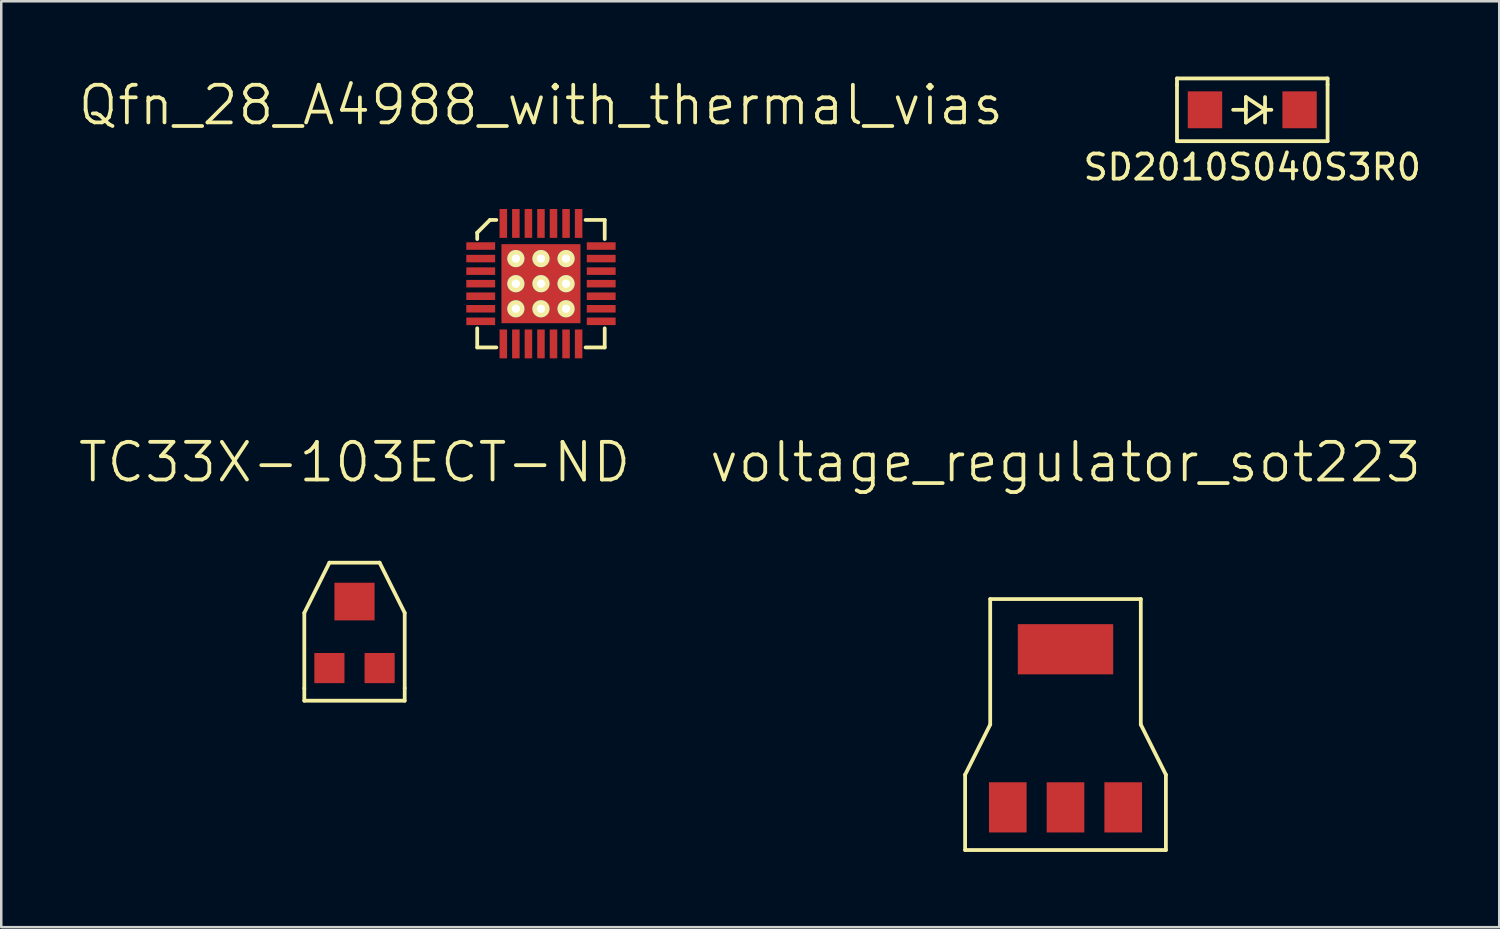
<source format=kicad_pcb>
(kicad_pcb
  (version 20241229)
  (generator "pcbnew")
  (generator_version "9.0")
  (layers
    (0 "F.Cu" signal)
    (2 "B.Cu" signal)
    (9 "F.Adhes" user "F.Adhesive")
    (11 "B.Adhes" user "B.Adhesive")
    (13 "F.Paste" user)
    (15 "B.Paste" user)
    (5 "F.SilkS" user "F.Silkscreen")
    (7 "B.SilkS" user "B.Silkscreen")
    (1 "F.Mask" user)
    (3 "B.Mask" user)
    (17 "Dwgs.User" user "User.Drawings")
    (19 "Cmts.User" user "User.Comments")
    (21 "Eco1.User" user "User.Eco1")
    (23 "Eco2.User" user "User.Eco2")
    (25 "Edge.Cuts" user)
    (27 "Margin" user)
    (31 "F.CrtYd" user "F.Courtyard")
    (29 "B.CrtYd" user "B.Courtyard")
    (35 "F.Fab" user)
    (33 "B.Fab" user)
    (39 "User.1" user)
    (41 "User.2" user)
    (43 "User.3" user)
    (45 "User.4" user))
  (footprint "Qfn_28_A4988_with_thermal_vias"
    (layer "F.Cu")
    (at 18.504 8.253)
    (property "Reference" "Qfn_28_A4988_with_thermal_vias" (at 0 -7.112 0) (layer "F.SilkS") (effects (font (size 1.5 1.5) (thickness 0.15))))
    (attr through_hole)
    (fp_line (start -2.54 -2.032) (end -2.54 -1.778) (stroke (width 0.15) (type solid)) (layer "F.SilkS"))
    (fp_line (start -2.54 1.778) (end -2.54 2.54) (stroke (width 0.15) (type solid)) (layer "F.SilkS"))
    (fp_line (start -2.54 2.54) (end -1.778 2.54) (stroke (width 0.15) (type solid)) (layer "F.SilkS"))
    (fp_line (start -2.032 -2.54) (end -2.54 -2.032) (stroke (width 0.15) (type solid)) (layer "F.SilkS"))
    (fp_line (start -2.032 -2.54) (end -1.778 -2.54) (stroke (width 0.15) (type solid)) (layer "F.SilkS"))
    (fp_line (start 1.778 2.54) (end 2.54 2.54) (stroke (width 0.15) (type solid)) (layer "F.SilkS"))
    (fp_line (start 2.54 -2.54) (end 1.778 -2.54) (stroke (width 0.15) (type solid)) (layer "F.SilkS"))
    (fp_line (start 2.54 -1.778) (end 2.54 -2.54) (stroke (width 0.15) (type solid)) (layer "F.SilkS"))
    (fp_line (start 2.54 2.54) (end 2.54 1.778) (stroke (width 0.15) (type solid)) (layer "F.SilkS"))
    (pad "1" smd rect (at -2.4 -1.5) (size 1.15 0.3) (layers "F.Cu" "F.Mask" "F.Paste"))
    (pad "2" smd rect (at -2.4 -1) (size 1.15 0.3) (layers "F.Cu" "F.Mask" "F.Paste"))
    (pad "3" smd rect (at -2.4 -0.5) (size 1.15 0.3) (layers "F.Cu" "F.Mask" "F.Paste"))
    (pad "4" smd rect (at -2.4 0) (size 1.15 0.3) (layers "F.Cu" "F.Mask" "F.Paste"))
    (pad "5" smd rect (at -2.4 0.5) (size 1.15 0.3) (layers "F.Cu" "F.Mask" "F.Paste"))
    (pad "6" smd rect (at -2.4 1) (size 1.15 0.3) (layers "F.Cu" "F.Mask" "F.Paste"))
    (pad "7" smd rect (at -2.4 1.5) (size 1.15 0.3) (layers "F.Cu" "F.Mask" "F.Paste"))
    (pad "8" smd rect (at -1.5 2.4) (size 0.3 1.15) (layers "F.Cu" "F.Mask" "F.Paste"))
    (pad "9" smd rect (at -1 2.4) (size 0.3 1.15) (layers "F.Cu" "F.Mask" "F.Paste"))
    (pad "10" smd rect (at -0.5 2.4) (size 0.3 1.15) (layers "F.Cu" "F.Mask" "F.Paste"))
    (pad "11" smd rect (at 0 2.4) (size 0.3 1.15) (layers "F.Cu" "F.Mask" "F.Paste"))
    (pad "12" smd rect (at 0.5 2.4) (size 0.3 1.15) (layers "F.Cu" "F.Mask" "F.Paste"))
    (pad "13" smd rect (at 1 2.4) (size 0.3 1.15) (layers "F.Cu" "F.Mask" "F.Paste"))
    (pad "14" smd rect (at 1.5 2.4) (size 0.3 1.15) (layers "F.Cu" "F.Mask" "F.Paste"))
    (pad "15" smd rect (at 2.4 1.5) (size 1.15 0.3) (layers "F.Cu" "F.Mask" "F.Paste"))
    (pad "16" smd rect (at 2.4 1) (size 1.15 0.3) (layers "F.Cu" "F.Mask" "F.Paste"))
    (pad "17" smd rect (at 2.4 0.5) (size 1.15 0.3) (layers "F.Cu" "F.Mask" "F.Paste"))
    (pad "18" smd rect (at 2.4 0) (size 1.15 0.3) (layers "F.Cu" "F.Mask" "F.Paste"))
    (pad "19" smd rect (at 2.4 -0.5) (size 1.15 0.3) (layers "F.Cu" "F.Mask" "F.Paste"))
    (pad "20" smd rect (at 2.4 -1) (size 1.15 0.3) (layers "F.Cu" "F.Mask" "F.Paste"))
    (pad "21" smd rect (at 2.4 -1.5) (size 1.15 0.3) (layers "F.Cu" "F.Mask" "F.Paste"))
    (pad "22" smd rect (at 1.5 -2.4) (size 0.3 1.15) (layers "F.Cu" "F.Mask" "F.Paste"))
    (pad "23" smd rect (at 1 -2.4) (size 0.3 1.15) (layers "F.Cu" "F.Mask" "F.Paste"))
    (pad "24" smd rect (at 0.5 -2.4) (size 0.3 1.15) (layers "F.Cu" "F.Mask" "F.Paste"))
    (pad "25" smd rect (at 0 -2.4) (size 0.3 1.15) (layers "F.Cu" "F.Mask" "F.Paste"))
    (pad "26" smd rect (at -0.5 -2.4) (size 0.3 1.15) (layers "F.Cu" "F.Mask" "F.Paste"))
    (pad "27" smd rect (at -1 -2.4) (size 0.3 1.15) (layers "F.Cu" "F.Mask" "F.Paste"))
    (pad "28" smd rect (at -1.5 -2.4) (size 0.3 1.15) (layers "F.Cu" "F.Mask" "F.Paste"))
    (pad "29" thru_hole circle (at -1 -1) (size 0.686 0.686) (drill 0.33) (layers "*.Cu" "*.Mask" "F.SilkS"))
    (pad "29" thru_hole circle (at -1 0) (size 0.686 0.686) (drill 0.33) (layers "*.Cu" "*.Mask" "F.SilkS"))
    (pad "29" thru_hole circle (at -1 1) (size 0.686 0.686) (drill 0.33) (layers "*.Cu" "*.Mask" "F.SilkS"))
    (pad "29" thru_hole circle (at 0 -1) (size 0.686 0.686) (drill 0.33) (layers "*.Cu" "*.Mask" "F.SilkS"))
    (pad "29" thru_hole circle (at 0 0) (size 0.686 0.686) (drill 0.33) (layers "*.Cu" "*.Mask" "F.SilkS"))
    (pad "29" smd rect (at 0 0) (size 3.15 3.15) (layers "F.Cu" "F.Mask" "F.Paste"))
    (pad "29" thru_hole circle (at 0 1) (size 0.686 0.686) (drill 0.33) (layers "*.Cu" "*.Mask" "F.SilkS"))
    (pad "29" thru_hole circle (at 1 -1) (size 0.686 0.686) (drill 0.33) (layers "*.Cu" "*.Mask" "F.SilkS"))
    (pad "29" thru_hole circle (at 1 0) (size 0.686 0.686) (drill 0.33) (layers "*.Cu" "*.Mask" "F.SilkS"))
    (pad "29" thru_hole circle (at 1 1) (size 0.686 0.686) (drill 0.33) (layers "*.Cu" "*.Mask" "F.SilkS")))
  (footprint "SD2010S040S3R0"
    (layer "F.Cu")
    (at 46.846 1.325)
    (property "Reference" "SD2010S040S3R0" (at 0 2.286 0) (layer "F.SilkS") (effects (font (size 1 1) (thickness 0.15))))
    (attr through_hole)
    (fp_line (start -3 -1.25) (end -3 -1) (stroke (width 0.15) (type solid)) (layer "F.SilkS"))
    (fp_line (start -3 -1.25) (end 3 -1.25) (stroke (width 0.15) (type solid)) (layer "F.SilkS"))
    (fp_line (start -3 1.25) (end -3 -1) (stroke (width 0.15) (type solid)) (layer "F.SilkS"))
    (fp_line (start -0.254 -0.508) (end -0.254 0.508) (stroke (width 0.15) (type solid)) (layer "F.SilkS"))
    (fp_line (start -0.254 0) (end -0.762 0) (stroke (width 0.15) (type solid)) (layer "F.SilkS"))
    (fp_line (start -0.254 0.508) (end 0.508 0) (stroke (width 0.15) (type solid)) (layer "F.SilkS"))
    (fp_line (start 0.508 -0.508) (end 0.508 0.508) (stroke (width 0.15) (type solid)) (layer "F.SilkS"))
    (fp_line (start 0.508 0) (end -0.254 -0.508) (stroke (width 0.15) (type solid)) (layer "F.SilkS"))
    (fp_line (start 0.508 0) (end 0.762 0) (stroke (width 0.15) (type solid)) (layer "F.SilkS"))
    (fp_line (start 3 -1.25) (end 3 -1) (stroke (width 0.15) (type solid)) (layer "F.SilkS"))
    (fp_line (start 3 -1) (end 3 1.25) (stroke (width 0.15) (type solid)) (layer "F.SilkS"))
    (fp_line (start 3 1.25) (end -3 1.25) (stroke (width 0.15) (type solid)) (layer "F.SilkS"))
    (pad "1" smd rect (at -1.885 0) (size 1.37 1.47) (layers "F.Cu" "F.Mask" "F.Paste"))
    (pad "2" smd rect (at 1.885 0) (size 1.37 1.47) (layers "F.Cu" "F.Mask" "F.Paste")))
  (footprint "voltage_regulator_sot223"
    (layer "F.Cu")
    (at 39.404 22.819)
    (property "Reference" "voltage_regulator_sot223" (at 0 -7.45 0) (layer "F.SilkS") (effects (font (size 1.5 1.5) (thickness 0.15))))
    (attr through_hole)
    (fp_line (start -4 5) (end -3 3) (stroke (width 0.15) (type solid)) (layer "F.SilkS"))
    (fp_line (start -4 8) (end -4 5) (stroke (width 0.15) (type solid)) (layer "F.SilkS"))
    (fp_line (start -3 -2) (end 3 -2) (stroke (width 0.15) (type solid)) (layer "F.SilkS"))
    (fp_line (start -3 3) (end -3 -2) (stroke (width 0.15) (type solid)) (layer "F.SilkS"))
    (fp_line (start 3 -2) (end 3 3) (stroke (width 0.15) (type solid)) (layer "F.SilkS"))
    (fp_line (start 3 3) (end 4 5) (stroke (width 0.15) (type solid)) (layer "F.SilkS"))
    (fp_line (start 4 5) (end 4 8) (stroke (width 0.15) (type solid)) (layer "F.SilkS"))
    (fp_line (start 4 8) (end -4 8) (stroke (width 0.15) (type solid)) (layer "F.SilkS"))
    (pad "1" smd rect (at -2.3 6.3) (size 1.5 2) (layers "F.Cu" "F.Mask" "F.Paste"))
    (pad "2" smd rect (at 0 6.3) (size 1.5 2) (layers "F.Cu" "F.Mask" "F.Paste"))
    (pad "3" smd rect (at 2.3 6.3) (size 1.5 2) (layers "F.Cu" "F.Mask" "F.Paste"))
    (pad "4" smd rect (at 0 0) (size 3.8 2) (layers "F.Cu" "F.Mask" "F.Paste")))
  (footprint "TC33X-103ECT-ND"
    (layer "F.Cu")
    (at 11.075 22.369)
    (property "Reference" "TC33X-103ECT-ND" (at 0 -7 0) (layer "F.SilkS") (effects (font (size 1.5 1.5) (thickness 0.15))))
    (attr through_hole)
    (fp_line (start -2 -1) (end -1 -3) (stroke (width 0.15) (type solid)) (layer "F.SilkS"))
    (fp_line (start -2 2) (end -2 -1) (stroke (width 0.15) (type solid)) (layer "F.SilkS"))
    (fp_line (start -2 2) (end -2 2.5) (stroke (width 0.15) (type solid)) (layer "F.SilkS"))
    (fp_line (start -2 2.5) (end 2 2.5) (stroke (width 0.15) (type solid)) (layer "F.SilkS"))
    (fp_line (start -1 -3) (end 1 -3) (stroke (width 0.15) (type solid)) (layer "F.SilkS"))
    (fp_line (start 1 -3) (end 2 -1) (stroke (width 0.15) (type solid)) (layer "F.SilkS"))
    (fp_line (start 2 -1) (end 2 2) (stroke (width 0.15) (type solid)) (layer "F.SilkS"))
    (fp_line (start 2 2.5) (end 2 2) (stroke (width 0.15) (type solid)) (layer "F.SilkS"))
    (pad "1" smd rect (at -1 1.2) (size 1.2 1.2) (layers "F.Cu" "F.Mask" "F.Paste"))
    (pad "2" smd rect (at 0 -1.45) (size 1.6 1.5) (layers "F.Cu" "F.Mask" "F.Paste"))
    (pad "3" smd rect (at 1 1.2) (size 1.2 1.2) (layers "F.Cu" "F.Mask" "F.Paste")))
  (gr_rect
    (start -3 -3)
    (end 56.686 33.894)
    (stroke (width 0.1) (type default))
    (fill no)
    (layer "Edge.Cuts")))
</source>
